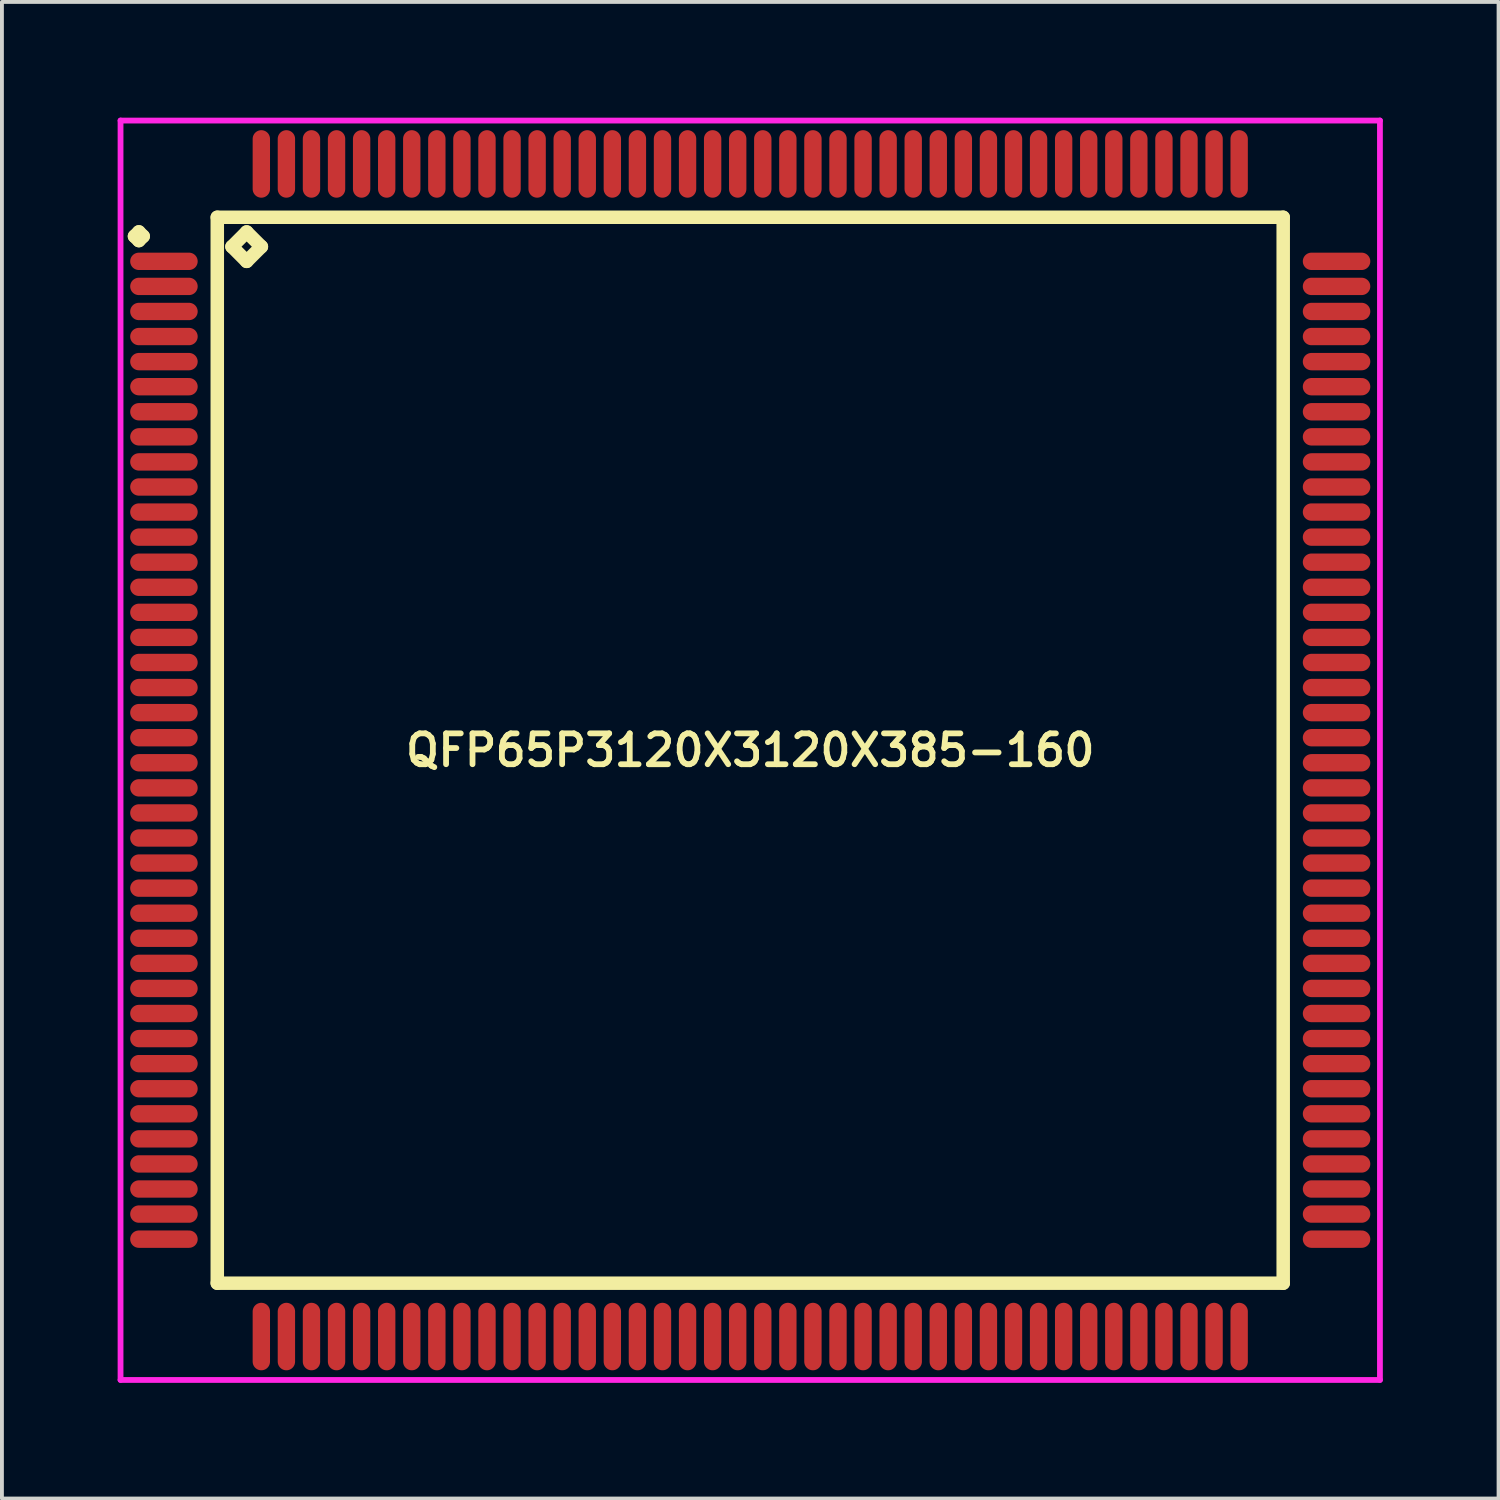
<source format=kicad_pcb>
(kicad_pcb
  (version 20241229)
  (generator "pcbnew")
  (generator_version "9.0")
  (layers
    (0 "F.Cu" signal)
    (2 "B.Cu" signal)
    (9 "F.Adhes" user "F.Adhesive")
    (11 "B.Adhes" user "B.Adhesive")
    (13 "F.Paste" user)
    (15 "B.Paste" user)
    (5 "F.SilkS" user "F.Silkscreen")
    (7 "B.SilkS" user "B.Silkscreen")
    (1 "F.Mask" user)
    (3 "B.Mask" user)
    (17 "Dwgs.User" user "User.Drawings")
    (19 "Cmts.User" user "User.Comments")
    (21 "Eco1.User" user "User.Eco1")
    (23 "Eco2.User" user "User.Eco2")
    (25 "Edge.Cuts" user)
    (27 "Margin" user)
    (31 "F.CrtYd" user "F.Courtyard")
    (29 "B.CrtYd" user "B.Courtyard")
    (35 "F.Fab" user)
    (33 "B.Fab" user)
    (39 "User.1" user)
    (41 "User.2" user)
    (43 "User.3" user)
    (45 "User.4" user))
  (footprint "QFP65P3120X3120X385-160"
    (layer "F.Cu")
    (at 16.4 16.4)
    (property "Reference" "QFP65P3120X3120X385-160" (at 0 0 0) (layer "F.SilkS") (effects (font (size 0.8 0.8) (thickness 0.15))))
    (attr smd)
    (fp_line (start -15.963 -13.325) (end -15.85 -13.438) (stroke (width 0.35) (type solid)) (layer "F.SilkS"))
    (fp_line (start -15.85 -13.438) (end -15.738 -13.325) (stroke (width 0.35) (type solid)) (layer "F.SilkS"))
    (fp_line (start -15.85 -13.213) (end -15.963 -13.325) (stroke (width 0.35) (type solid)) (layer "F.SilkS"))
    (fp_line (start -15.738 -13.325) (end -15.85 -13.213) (stroke (width 0.35) (type solid)) (layer "F.SilkS"))
    (fp_line (start -13.817 -13.817) (end -13.817 13.817) (stroke (width 0.35) (type solid)) (layer "F.SilkS"))
    (fp_line (start -13.817 13.817) (end 13.817 13.817) (stroke (width 0.35) (type solid)) (layer "F.SilkS"))
    (fp_line (start -13.436 -13.055) (end -13.055 -13.436) (stroke (width 0.35) (type solid)) (layer "F.SilkS"))
    (fp_line (start -13.055 -13.436) (end -12.674 -13.055) (stroke (width 0.35) (type solid)) (layer "F.SilkS"))
    (fp_line (start -13.055 -12.674) (end -13.436 -13.055) (stroke (width 0.35) (type solid)) (layer "F.SilkS"))
    (fp_line (start -12.674 -13.055) (end -13.055 -12.674) (stroke (width 0.35) (type solid)) (layer "F.SilkS"))
    (fp_line (start 13.817 -13.817) (end -13.817 -13.817) (stroke (width 0.35) (type solid)) (layer "F.SilkS"))
    (fp_line (start 13.817 13.817) (end 13.817 -13.817) (stroke (width 0.35) (type solid)) (layer "F.SilkS"))
    (fp_line (start -16.325 -16.325) (end 16.325 -16.325) (stroke (width 0.15) (type solid)) (layer "F.CrtYd"))
    (fp_line (start -16.325 16.325) (end -16.325 -16.325) (stroke (width 0.15) (type solid)) (layer "F.CrtYd"))
    (fp_line (start 16.325 -16.325) (end 16.325 16.325) (stroke (width 0.15) (type solid)) (layer "F.CrtYd"))
    (fp_line (start 16.325 16.325) (end -16.325 16.325) (stroke (width 0.15) (type solid)) (layer "F.CrtYd"))
    (pad "1" smd oval (at -15.2 -12.675) (size 1.75 0.45) (layers "F.Cu" "F.Mask" "F.Paste"))
    (pad "2" smd oval (at -15.2 -12.025) (size 1.75 0.45) (layers "F.Cu" "F.Mask" "F.Paste"))
    (pad "3" smd oval (at -15.2 -11.375) (size 1.75 0.45) (layers "F.Cu" "F.Mask" "F.Paste"))
    (pad "4" smd oval (at -15.2 -10.725) (size 1.75 0.45) (layers "F.Cu" "F.Mask" "F.Paste"))
    (pad "5" smd oval (at -15.2 -10.075) (size 1.75 0.45) (layers "F.Cu" "F.Mask" "F.Paste"))
    (pad "6" smd oval (at -15.2 -9.425) (size 1.75 0.45) (layers "F.Cu" "F.Mask" "F.Paste"))
    (pad "7" smd oval (at -15.2 -8.775) (size 1.75 0.45) (layers "F.Cu" "F.Mask" "F.Paste"))
    (pad "8" smd oval (at -15.2 -8.125) (size 1.75 0.45) (layers "F.Cu" "F.Mask" "F.Paste"))
    (pad "9" smd oval (at -15.2 -7.475) (size 1.75 0.45) (layers "F.Cu" "F.Mask" "F.Paste"))
    (pad "10" smd oval (at -15.2 -6.825) (size 1.75 0.45) (layers "F.Cu" "F.Mask" "F.Paste"))
    (pad "11" smd oval (at -15.2 -6.175) (size 1.75 0.45) (layers "F.Cu" "F.Mask" "F.Paste"))
    (pad "12" smd oval (at -15.2 -5.525) (size 1.75 0.45) (layers "F.Cu" "F.Mask" "F.Paste"))
    (pad "13" smd oval (at -15.2 -4.875) (size 1.75 0.45) (layers "F.Cu" "F.Mask" "F.Paste"))
    (pad "14" smd oval (at -15.2 -4.225) (size 1.75 0.45) (layers "F.Cu" "F.Mask" "F.Paste"))
    (pad "15" smd oval (at -15.2 -3.575) (size 1.75 0.45) (layers "F.Cu" "F.Mask" "F.Paste"))
    (pad "16" smd oval (at -15.2 -2.925) (size 1.75 0.45) (layers "F.Cu" "F.Mask" "F.Paste"))
    (pad "17" smd oval (at -15.2 -2.275) (size 1.75 0.45) (layers "F.Cu" "F.Mask" "F.Paste"))
    (pad "18" smd oval (at -15.2 -1.625) (size 1.75 0.45) (layers "F.Cu" "F.Mask" "F.Paste"))
    (pad "19" smd oval (at -15.2 -0.975) (size 1.75 0.45) (layers "F.Cu" "F.Mask" "F.Paste"))
    (pad "20" smd oval (at -15.2 -0.325) (size 1.75 0.45) (layers "F.Cu" "F.Mask" "F.Paste"))
    (pad "21" smd oval (at -15.2 0.325) (size 1.75 0.45) (layers "F.Cu" "F.Mask" "F.Paste"))
    (pad "22" smd oval (at -15.2 0.975) (size 1.75 0.45) (layers "F.Cu" "F.Mask" "F.Paste"))
    (pad "23" smd oval (at -15.2 1.625) (size 1.75 0.45) (layers "F.Cu" "F.Mask" "F.Paste"))
    (pad "24" smd oval (at -15.2 2.275) (size 1.75 0.45) (layers "F.Cu" "F.Mask" "F.Paste"))
    (pad "25" smd oval (at -15.2 2.925) (size 1.75 0.45) (layers "F.Cu" "F.Mask" "F.Paste"))
    (pad "26" smd oval (at -15.2 3.575) (size 1.75 0.45) (layers "F.Cu" "F.Mask" "F.Paste"))
    (pad "27" smd oval (at -15.2 4.225) (size 1.75 0.45) (layers "F.Cu" "F.Mask" "F.Paste"))
    (pad "28" smd oval (at -15.2 4.875) (size 1.75 0.45) (layers "F.Cu" "F.Mask" "F.Paste"))
    (pad "29" smd oval (at -15.2 5.525) (size 1.75 0.45) (layers "F.Cu" "F.Mask" "F.Paste"))
    (pad "30" smd oval (at -15.2 6.175) (size 1.75 0.45) (layers "F.Cu" "F.Mask" "F.Paste"))
    (pad "31" smd oval (at -15.2 6.825) (size 1.75 0.45) (layers "F.Cu" "F.Mask" "F.Paste"))
    (pad "32" smd oval (at -15.2 7.475) (size 1.75 0.45) (layers "F.Cu" "F.Mask" "F.Paste"))
    (pad "33" smd oval (at -15.2 8.125) (size 1.75 0.45) (layers "F.Cu" "F.Mask" "F.Paste"))
    (pad "34" smd oval (at -15.2 8.775) (size 1.75 0.45) (layers "F.Cu" "F.Mask" "F.Paste"))
    (pad "35" smd oval (at -15.2 9.425) (size 1.75 0.45) (layers "F.Cu" "F.Mask" "F.Paste"))
    (pad "36" smd oval (at -15.2 10.075) (size 1.75 0.45) (layers "F.Cu" "F.Mask" "F.Paste"))
    (pad "37" smd oval (at -15.2 10.725) (size 1.75 0.45) (layers "F.Cu" "F.Mask" "F.Paste"))
    (pad "38" smd oval (at -15.2 11.375) (size 1.75 0.45) (layers "F.Cu" "F.Mask" "F.Paste"))
    (pad "39" smd oval (at -15.2 12.025) (size 1.75 0.45) (layers "F.Cu" "F.Mask" "F.Paste"))
    (pad "40" smd oval (at -15.2 12.675) (size 1.75 0.45) (layers "F.Cu" "F.Mask" "F.Paste"))
    (pad "41" smd oval (at -12.675 15.2) (size 0.45 1.75) (layers "F.Cu" "F.Mask" "F.Paste"))
    (pad "42" smd oval (at -12.025 15.2) (size 0.45 1.75) (layers "F.Cu" "F.Mask" "F.Paste"))
    (pad "43" smd oval (at -11.375 15.2) (size 0.45 1.75) (layers "F.Cu" "F.Mask" "F.Paste"))
    (pad "44" smd oval (at -10.725 15.2) (size 0.45 1.75) (layers "F.Cu" "F.Mask" "F.Paste"))
    (pad "45" smd oval (at -10.075 15.2) (size 0.45 1.75) (layers "F.Cu" "F.Mask" "F.Paste"))
    (pad "46" smd oval (at -9.425 15.2) (size 0.45 1.75) (layers "F.Cu" "F.Mask" "F.Paste"))
    (pad "47" smd oval (at -8.775 15.2) (size 0.45 1.75) (layers "F.Cu" "F.Mask" "F.Paste"))
    (pad "48" smd oval (at -8.125 15.2) (size 0.45 1.75) (layers "F.Cu" "F.Mask" "F.Paste"))
    (pad "49" smd oval (at -7.475 15.2) (size 0.45 1.75) (layers "F.Cu" "F.Mask" "F.Paste"))
    (pad "50" smd oval (at -6.825 15.2) (size 0.45 1.75) (layers "F.Cu" "F.Mask" "F.Paste"))
    (pad "51" smd oval (at -6.175 15.2) (size 0.45 1.75) (layers "F.Cu" "F.Mask" "F.Paste"))
    (pad "52" smd oval (at -5.525 15.2) (size 0.45 1.75) (layers "F.Cu" "F.Mask" "F.Paste"))
    (pad "53" smd oval (at -4.875 15.2) (size 0.45 1.75) (layers "F.Cu" "F.Mask" "F.Paste"))
    (pad "54" smd oval (at -4.225 15.2) (size 0.45 1.75) (layers "F.Cu" "F.Mask" "F.Paste"))
    (pad "55" smd oval (at -3.575 15.2) (size 0.45 1.75) (layers "F.Cu" "F.Mask" "F.Paste"))
    (pad "56" smd oval (at -2.925 15.2) (size 0.45 1.75) (layers "F.Cu" "F.Mask" "F.Paste"))
    (pad "57" smd oval (at -2.275 15.2) (size 0.45 1.75) (layers "F.Cu" "F.Mask" "F.Paste"))
    (pad "58" smd oval (at -1.625 15.2) (size 0.45 1.75) (layers "F.Cu" "F.Mask" "F.Paste"))
    (pad "59" smd oval (at -0.975 15.2) (size 0.45 1.75) (layers "F.Cu" "F.Mask" "F.Paste"))
    (pad "60" smd oval (at -0.325 15.2) (size 0.45 1.75) (layers "F.Cu" "F.Mask" "F.Paste"))
    (pad "61" smd oval (at 0.325 15.2) (size 0.45 1.75) (layers "F.Cu" "F.Mask" "F.Paste"))
    (pad "62" smd oval (at 0.975 15.2) (size 0.45 1.75) (layers "F.Cu" "F.Mask" "F.Paste"))
    (pad "63" smd oval (at 1.625 15.2) (size 0.45 1.75) (layers "F.Cu" "F.Mask" "F.Paste"))
    (pad "64" smd oval (at 2.275 15.2) (size 0.45 1.75) (layers "F.Cu" "F.Mask" "F.Paste"))
    (pad "65" smd oval (at 2.925 15.2) (size 0.45 1.75) (layers "F.Cu" "F.Mask" "F.Paste"))
    (pad "66" smd oval (at 3.575 15.2) (size 0.45 1.75) (layers "F.Cu" "F.Mask" "F.Paste"))
    (pad "67" smd oval (at 4.225 15.2) (size 0.45 1.75) (layers "F.Cu" "F.Mask" "F.Paste"))
    (pad "68" smd oval (at 4.875 15.2) (size 0.45 1.75) (layers "F.Cu" "F.Mask" "F.Paste"))
    (pad "69" smd oval (at 5.525 15.2) (size 0.45 1.75) (layers "F.Cu" "F.Mask" "F.Paste"))
    (pad "70" smd oval (at 6.175 15.2) (size 0.45 1.75) (layers "F.Cu" "F.Mask" "F.Paste"))
    (pad "71" smd oval (at 6.825 15.2) (size 0.45 1.75) (layers "F.Cu" "F.Mask" "F.Paste"))
    (pad "72" smd oval (at 7.475 15.2) (size 0.45 1.75) (layers "F.Cu" "F.Mask" "F.Paste"))
    (pad "73" smd oval (at 8.125 15.2) (size 0.45 1.75) (layers "F.Cu" "F.Mask" "F.Paste"))
    (pad "74" smd oval (at 8.775 15.2) (size 0.45 1.75) (layers "F.Cu" "F.Mask" "F.Paste"))
    (pad "75" smd oval (at 9.425 15.2) (size 0.45 1.75) (layers "F.Cu" "F.Mask" "F.Paste"))
    (pad "76" smd oval (at 10.075 15.2) (size 0.45 1.75) (layers "F.Cu" "F.Mask" "F.Paste"))
    (pad "77" smd oval (at 10.725 15.2) (size 0.45 1.75) (layers "F.Cu" "F.Mask" "F.Paste"))
    (pad "78" smd oval (at 11.375 15.2) (size 0.45 1.75) (layers "F.Cu" "F.Mask" "F.Paste"))
    (pad "79" smd oval (at 12.025 15.2) (size 0.45 1.75) (layers "F.Cu" "F.Mask" "F.Paste"))
    (pad "80" smd oval (at 12.675 15.2) (size 0.45 1.75) (layers "F.Cu" "F.Mask" "F.Paste"))
    (pad "81" smd oval (at 15.2 12.675) (size 1.75 0.45) (layers "F.Cu" "F.Mask" "F.Paste"))
    (pad "82" smd oval (at 15.2 12.025) (size 1.75 0.45) (layers "F.Cu" "F.Mask" "F.Paste"))
    (pad "83" smd oval (at 15.2 11.375) (size 1.75 0.45) (layers "F.Cu" "F.Mask" "F.Paste"))
    (pad "84" smd oval (at 15.2 10.725) (size 1.75 0.45) (layers "F.Cu" "F.Mask" "F.Paste"))
    (pad "85" smd oval (at 15.2 10.075) (size 1.75 0.45) (layers "F.Cu" "F.Mask" "F.Paste"))
    (pad "86" smd oval (at 15.2 9.425) (size 1.75 0.45) (layers "F.Cu" "F.Mask" "F.Paste"))
    (pad "87" smd oval (at 15.2 8.775) (size 1.75 0.45) (layers "F.Cu" "F.Mask" "F.Paste"))
    (pad "88" smd oval (at 15.2 8.125) (size 1.75 0.45) (layers "F.Cu" "F.Mask" "F.Paste"))
    (pad "89" smd oval (at 15.2 7.475) (size 1.75 0.45) (layers "F.Cu" "F.Mask" "F.Paste"))
    (pad "90" smd oval (at 15.2 6.825) (size 1.75 0.45) (layers "F.Cu" "F.Mask" "F.Paste"))
    (pad "91" smd oval (at 15.2 6.175) (size 1.75 0.45) (layers "F.Cu" "F.Mask" "F.Paste"))
    (pad "92" smd oval (at 15.2 5.525) (size 1.75 0.45) (layers "F.Cu" "F.Mask" "F.Paste"))
    (pad "93" smd oval (at 15.2 4.875) (size 1.75 0.45) (layers "F.Cu" "F.Mask" "F.Paste"))
    (pad "94" smd oval (at 15.2 4.225) (size 1.75 0.45) (layers "F.Cu" "F.Mask" "F.Paste"))
    (pad "95" smd oval (at 15.2 3.575) (size 1.75 0.45) (layers "F.Cu" "F.Mask" "F.Paste"))
    (pad "96" smd oval (at 15.2 2.925) (size 1.75 0.45) (layers "F.Cu" "F.Mask" "F.Paste"))
    (pad "97" smd oval (at 15.2 2.275) (size 1.75 0.45) (layers "F.Cu" "F.Mask" "F.Paste"))
    (pad "98" smd oval (at 15.2 1.625) (size 1.75 0.45) (layers "F.Cu" "F.Mask" "F.Paste"))
    (pad "99" smd oval (at 15.2 0.975) (size 1.75 0.45) (layers "F.Cu" "F.Mask" "F.Paste"))
    (pad "100" smd oval (at 15.2 0.325) (size 1.75 0.45) (layers "F.Cu" "F.Mask" "F.Paste"))
    (pad "101" smd oval (at 15.2 -0.325) (size 1.75 0.45) (layers "F.Cu" "F.Mask" "F.Paste"))
    (pad "102" smd oval (at 15.2 -0.975) (size 1.75 0.45) (layers "F.Cu" "F.Mask" "F.Paste"))
    (pad "103" smd oval (at 15.2 -1.625) (size 1.75 0.45) (layers "F.Cu" "F.Mask" "F.Paste"))
    (pad "104" smd oval (at 15.2 -2.275) (size 1.75 0.45) (layers "F.Cu" "F.Mask" "F.Paste"))
    (pad "105" smd oval (at 15.2 -2.925) (size 1.75 0.45) (layers "F.Cu" "F.Mask" "F.Paste"))
    (pad "106" smd oval (at 15.2 -3.575) (size 1.75 0.45) (layers "F.Cu" "F.Mask" "F.Paste"))
    (pad "107" smd oval (at 15.2 -4.225) (size 1.75 0.45) (layers "F.Cu" "F.Mask" "F.Paste"))
    (pad "108" smd oval (at 15.2 -4.875) (size 1.75 0.45) (layers "F.Cu" "F.Mask" "F.Paste"))
    (pad "109" smd oval (at 15.2 -5.525) (size 1.75 0.45) (layers "F.Cu" "F.Mask" "F.Paste"))
    (pad "110" smd oval (at 15.2 -6.175) (size 1.75 0.45) (layers "F.Cu" "F.Mask" "F.Paste"))
    (pad "111" smd oval (at 15.2 -6.825) (size 1.75 0.45) (layers "F.Cu" "F.Mask" "F.Paste"))
    (pad "112" smd oval (at 15.2 -7.475) (size 1.75 0.45) (layers "F.Cu" "F.Mask" "F.Paste"))
    (pad "113" smd oval (at 15.2 -8.125) (size 1.75 0.45) (layers "F.Cu" "F.Mask" "F.Paste"))
    (pad "114" smd oval (at 15.2 -8.775) (size 1.75 0.45) (layers "F.Cu" "F.Mask" "F.Paste"))
    (pad "115" smd oval (at 15.2 -9.425) (size 1.75 0.45) (layers "F.Cu" "F.Mask" "F.Paste"))
    (pad "116" smd oval (at 15.2 -10.075) (size 1.75 0.45) (layers "F.Cu" "F.Mask" "F.Paste"))
    (pad "117" smd oval (at 15.2 -10.725) (size 1.75 0.45) (layers "F.Cu" "F.Mask" "F.Paste"))
    (pad "118" smd oval (at 15.2 -11.375) (size 1.75 0.45) (layers "F.Cu" "F.Mask" "F.Paste"))
    (pad "119" smd oval (at 15.2 -12.025) (size 1.75 0.45) (layers "F.Cu" "F.Mask" "F.Paste"))
    (pad "120" smd oval (at 15.2 -12.675) (size 1.75 0.45) (layers "F.Cu" "F.Mask" "F.Paste"))
    (pad "121" smd oval (at 12.675 -15.2) (size 0.45 1.75) (layers "F.Cu" "F.Mask" "F.Paste"))
    (pad "122" smd oval (at 12.025 -15.2) (size 0.45 1.75) (layers "F.Cu" "F.Mask" "F.Paste"))
    (pad "123" smd oval (at 11.375 -15.2) (size 0.45 1.75) (layers "F.Cu" "F.Mask" "F.Paste"))
    (pad "124" smd oval (at 10.725 -15.2) (size 0.45 1.75) (layers "F.Cu" "F.Mask" "F.Paste"))
    (pad "125" smd oval (at 10.075 -15.2) (size 0.45 1.75) (layers "F.Cu" "F.Mask" "F.Paste"))
    (pad "126" smd oval (at 9.425 -15.2) (size 0.45 1.75) (layers "F.Cu" "F.Mask" "F.Paste"))
    (pad "127" smd oval (at 8.775 -15.2) (size 0.45 1.75) (layers "F.Cu" "F.Mask" "F.Paste"))
    (pad "128" smd oval (at 8.125 -15.2) (size 0.45 1.75) (layers "F.Cu" "F.Mask" "F.Paste"))
    (pad "129" smd oval (at 7.475 -15.2) (size 0.45 1.75) (layers "F.Cu" "F.Mask" "F.Paste"))
    (pad "130" smd oval (at 6.825 -15.2) (size 0.45 1.75) (layers "F.Cu" "F.Mask" "F.Paste"))
    (pad "131" smd oval (at 6.175 -15.2) (size 0.45 1.75) (layers "F.Cu" "F.Mask" "F.Paste"))
    (pad "132" smd oval (at 5.525 -15.2) (size 0.45 1.75) (layers "F.Cu" "F.Mask" "F.Paste"))
    (pad "133" smd oval (at 4.875 -15.2) (size 0.45 1.75) (layers "F.Cu" "F.Mask" "F.Paste"))
    (pad "134" smd oval (at 4.225 -15.2) (size 0.45 1.75) (layers "F.Cu" "F.Mask" "F.Paste"))
    (pad "135" smd oval (at 3.575 -15.2) (size 0.45 1.75) (layers "F.Cu" "F.Mask" "F.Paste"))
    (pad "136" smd oval (at 2.925 -15.2) (size 0.45 1.75) (layers "F.Cu" "F.Mask" "F.Paste"))
    (pad "137" smd oval (at 2.275 -15.2) (size 0.45 1.75) (layers "F.Cu" "F.Mask" "F.Paste"))
    (pad "138" smd oval (at 1.625 -15.2) (size 0.45 1.75) (layers "F.Cu" "F.Mask" "F.Paste"))
    (pad "139" smd oval (at 0.975 -15.2) (size 0.45 1.75) (layers "F.Cu" "F.Mask" "F.Paste"))
    (pad "140" smd oval (at 0.325 -15.2) (size 0.45 1.75) (layers "F.Cu" "F.Mask" "F.Paste"))
    (pad "141" smd oval (at -0.325 -15.2) (size 0.45 1.75) (layers "F.Cu" "F.Mask" "F.Paste"))
    (pad "142" smd oval (at -0.975 -15.2) (size 0.45 1.75) (layers "F.Cu" "F.Mask" "F.Paste"))
    (pad "143" smd oval (at -1.625 -15.2) (size 0.45 1.75) (layers "F.Cu" "F.Mask" "F.Paste"))
    (pad "144" smd oval (at -2.275 -15.2) (size 0.45 1.75) (layers "F.Cu" "F.Mask" "F.Paste"))
    (pad "145" smd oval (at -2.925 -15.2) (size 0.45 1.75) (layers "F.Cu" "F.Mask" "F.Paste"))
    (pad "146" smd oval (at -3.575 -15.2) (size 0.45 1.75) (layers "F.Cu" "F.Mask" "F.Paste"))
    (pad "147" smd oval (at -4.225 -15.2) (size 0.45 1.75) (layers "F.Cu" "F.Mask" "F.Paste"))
    (pad "148" smd oval (at -4.875 -15.2) (size 0.45 1.75) (layers "F.Cu" "F.Mask" "F.Paste"))
    (pad "149" smd oval (at -5.525 -15.2) (size 0.45 1.75) (layers "F.Cu" "F.Mask" "F.Paste"))
    (pad "150" smd oval (at -6.175 -15.2) (size 0.45 1.75) (layers "F.Cu" "F.Mask" "F.Paste"))
    (pad "151" smd oval (at -6.825 -15.2) (size 0.45 1.75) (layers "F.Cu" "F.Mask" "F.Paste"))
    (pad "152" smd oval (at -7.475 -15.2) (size 0.45 1.75) (layers "F.Cu" "F.Mask" "F.Paste"))
    (pad "153" smd oval (at -8.125 -15.2) (size 0.45 1.75) (layers "F.Cu" "F.Mask" "F.Paste"))
    (pad "154" smd oval (at -8.775 -15.2) (size 0.45 1.75) (layers "F.Cu" "F.Mask" "F.Paste"))
    (pad "155" smd oval (at -9.425 -15.2) (size 0.45 1.75) (layers "F.Cu" "F.Mask" "F.Paste"))
    (pad "156" smd oval (at -10.075 -15.2) (size 0.45 1.75) (layers "F.Cu" "F.Mask" "F.Paste"))
    (pad "157" smd oval (at -10.725 -15.2) (size 0.45 1.75) (layers "F.Cu" "F.Mask" "F.Paste"))
    (pad "158" smd oval (at -11.375 -15.2) (size 0.45 1.75) (layers "F.Cu" "F.Mask" "F.Paste"))
    (pad "159" smd oval (at -12.025 -15.2) (size 0.45 1.75) (layers "F.Cu" "F.Mask" "F.Paste"))
    (pad "160" smd oval (at -12.675 -15.2) (size 0.45 1.75) (layers "F.Cu" "F.Mask" "F.Paste")))
  (gr_rect
    (start -3 -3)
    (end 35.8 35.8)
    (stroke (width 0.1) (type default))
    (fill no)
    (layer "Edge.Cuts")))
</source>
